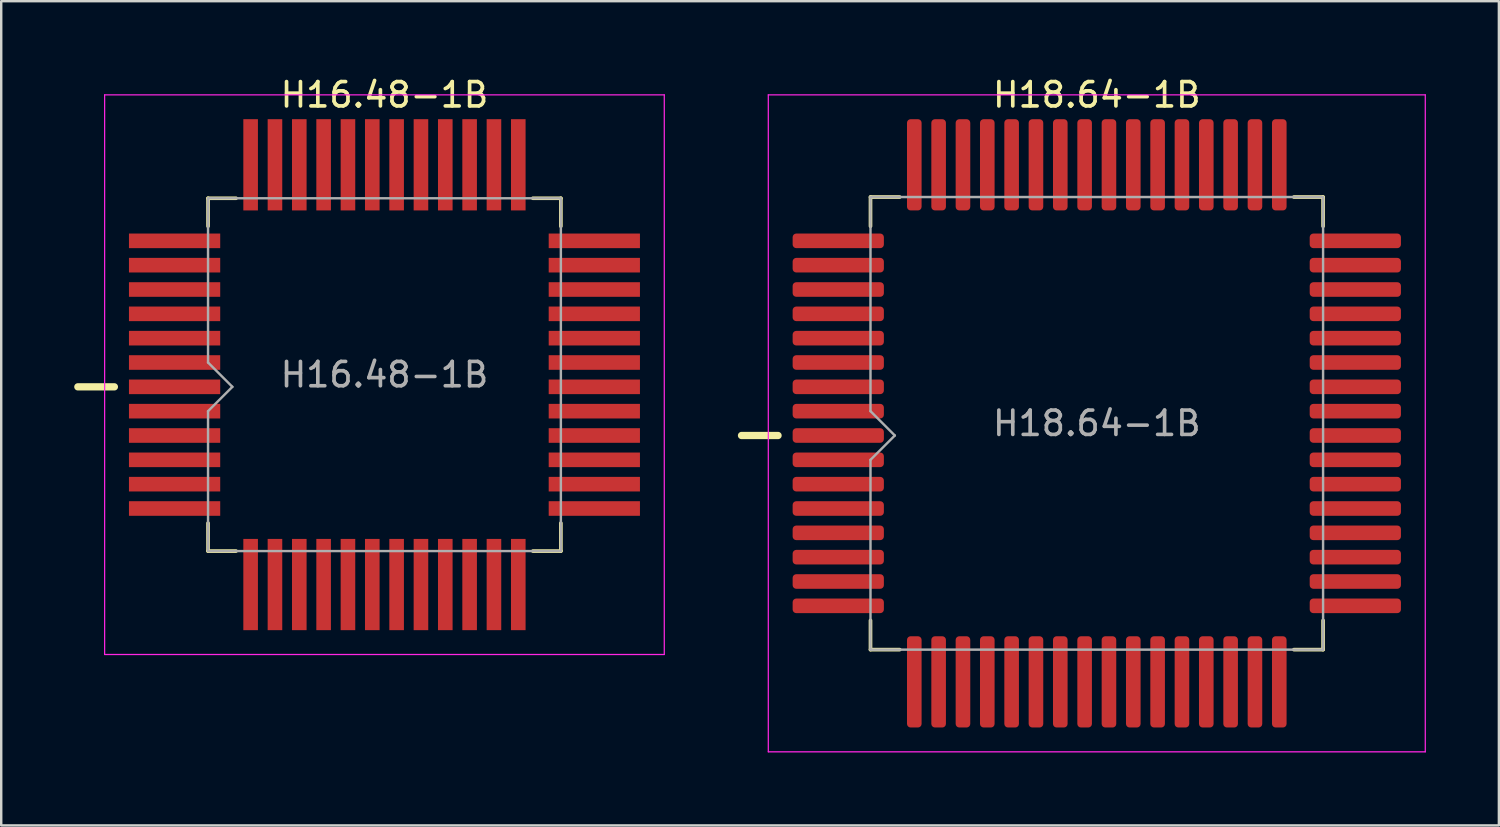
<source format=kicad_pcb>
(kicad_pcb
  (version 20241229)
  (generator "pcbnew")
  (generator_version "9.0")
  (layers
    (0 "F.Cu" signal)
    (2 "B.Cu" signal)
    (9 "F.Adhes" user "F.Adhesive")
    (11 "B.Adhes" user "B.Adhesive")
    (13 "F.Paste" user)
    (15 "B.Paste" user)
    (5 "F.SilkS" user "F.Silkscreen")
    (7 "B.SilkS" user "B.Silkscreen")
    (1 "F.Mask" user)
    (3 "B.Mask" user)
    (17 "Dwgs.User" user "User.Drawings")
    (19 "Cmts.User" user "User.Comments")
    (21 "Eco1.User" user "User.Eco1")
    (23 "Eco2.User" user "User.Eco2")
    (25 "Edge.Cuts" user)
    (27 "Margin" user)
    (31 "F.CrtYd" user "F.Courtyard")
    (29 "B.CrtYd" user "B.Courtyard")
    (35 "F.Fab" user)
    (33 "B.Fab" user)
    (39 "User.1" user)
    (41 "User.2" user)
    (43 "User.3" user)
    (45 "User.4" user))
  (footprint "Н16.48-1В"
    (layer "F.Cu")
    (at 12.75 12.348)
    (property "Reference" "Н16.48-1В" (at 0 -11.5 0) (layer "F.SilkS") (effects (font (size 1 1) (thickness 0.15))))
    (attr through_hole)
    (fp_line (start -11.1 0.5) (end -12.6 0.5) (stroke (width 0.3) (type solid)) (layer "F.SilkS"))
    (fp_line (start -7.25 -7.25) (end -7.25 -6.1) (stroke (width 0.15) (type solid)) (layer "F.SilkS"))
    (fp_line (start -7.25 -7.25) (end -6.1 -7.25) (stroke (width 0.15) (type solid)) (layer "F.SilkS"))
    (fp_line (start -7.25 7.25) (end -7.25 6.1) (stroke (width 0.15) (type solid)) (layer "F.SilkS"))
    (fp_line (start -7.25 7.25) (end -6.1 7.25) (stroke (width 0.15) (type solid)) (layer "F.SilkS"))
    (fp_line (start 7.25 -7.25) (end 6.1 -7.25) (stroke (width 0.15) (type solid)) (layer "F.SilkS"))
    (fp_line (start 7.25 -7.25) (end 7.25 -6.1) (stroke (width 0.15) (type solid)) (layer "F.SilkS"))
    (fp_line (start 7.25 7.25) (end 6.1 7.25) (stroke (width 0.15) (type solid)) (layer "F.SilkS"))
    (fp_line (start 7.25 7.25) (end 7.25 6.1) (stroke (width 0.15) (type solid)) (layer "F.SilkS"))
    (fp_line (start -11.5 -11.5) (end 11.5 -11.5) (stroke (width 0.05) (type solid)) (layer "F.CrtYd"))
    (fp_line (start -11.5 11.5) (end -11.5 -11.5) (stroke (width 0.05) (type solid)) (layer "F.CrtYd"))
    (fp_line (start 11.5 -11.5) (end 11.5 11.5) (stroke (width 0.05) (type solid)) (layer "F.CrtYd"))
    (fp_line (start 11.5 11.5) (end -11.5 11.5) (stroke (width 0.05) (type solid)) (layer "F.CrtYd"))
    (fp_line (start -7.25 -7.25) (end -7.25 -0.5) (stroke (width 0.1) (type solid)) (layer "F.Fab"))
    (fp_line (start -7.25 -7.25) (end 7.25 -7.25) (stroke (width 0.1) (type solid)) (layer "F.Fab"))
    (fp_line (start -7.25 -0.5) (end -6.25 0.5) (stroke (width 0.1) (type solid)) (layer "F.Fab"))
    (fp_line (start -7.25 1.5) (end -7.25 7.25) (stroke (width 0.1) (type solid)) (layer "F.Fab"))
    (fp_line (start -7.25 1.5) (end -6.25 0.5) (stroke (width 0.1) (type solid)) (layer "F.Fab"))
    (fp_line (start -7.25 7.25) (end 7.25 7.25) (stroke (width 0.1) (type solid)) (layer "F.Fab"))
    (fp_line (start 7.25 -7.25) (end 7.25 7.25) (stroke (width 0.1) (type solid)) (layer "F.Fab"))
    (fp_text user "${REFERENCE}" (at 0 0 0) (layer "F.Fab") (effects (font (size 1 1) (thickness 0.15))))
    (pad "1" smd rect (at -8.625 0.5) (size 3.75 0.6) (layers "F.Cu" "F.Mask"))
    (pad "2" smd rect (at -8.625 1.5) (size 3.75 0.6) (layers "F.Cu" "F.Mask"))
    (pad "3" smd rect (at -8.625 2.5) (size 3.75 0.6) (layers "F.Cu" "F.Mask"))
    (pad "4" smd rect (at -8.625 3.5) (size 3.75 0.6) (layers "F.Cu" "F.Mask"))
    (pad "5" smd rect (at -8.625 4.5) (size 3.75 0.6) (layers "F.Cu" "F.Mask"))
    (pad "6" smd rect (at -8.625 5.5) (size 3.75 0.6) (layers "F.Cu" "F.Mask"))
    (pad "7" smd rect (at -5.5 8.625 90) (size 3.75 0.6) (layers "F.Cu" "F.Mask"))
    (pad "8" smd rect (at -4.5 8.625 90) (size 3.75 0.6) (layers "F.Cu" "F.Mask"))
    (pad "9" smd rect (at -3.5 8.625 90) (size 3.75 0.6) (layers "F.Cu" "F.Mask"))
    (pad "10" smd rect (at -2.5 8.625 90) (size 3.75 0.6) (layers "F.Cu" "F.Mask"))
    (pad "11" smd rect (at -1.5 8.625 90) (size 3.75 0.6) (layers "F.Cu" "F.Mask"))
    (pad "12" smd rect (at -0.5 8.625 90) (size 3.75 0.6) (layers "F.Cu" "F.Mask"))
    (pad "13" smd rect (at 0.5 8.625 90) (size 3.75 0.6) (layers "F.Cu" "F.Mask"))
    (pad "14" smd rect (at 1.5 8.625 90) (size 3.75 0.6) (layers "F.Cu" "F.Mask"))
    (pad "15" smd rect (at 2.5 8.625 90) (size 3.75 0.6) (layers "F.Cu" "F.Mask"))
    (pad "16" smd rect (at 3.5 8.625 90) (size 3.75 0.6) (layers "F.Cu" "F.Mask"))
    (pad "17" smd rect (at 4.5 8.625 90) (size 3.75 0.6) (layers "F.Cu" "F.Mask"))
    (pad "18" smd rect (at 5.5 8.625 90) (size 3.75 0.6) (layers "F.Cu" "F.Mask"))
    (pad "19" smd rect (at 8.625 5.5) (size 3.75 0.6) (layers "F.Cu" "F.Mask"))
    (pad "20" smd rect (at 8.625 4.5) (size 3.75 0.6) (layers "F.Cu" "F.Mask"))
    (pad "21" smd rect (at 8.625 3.5) (size 3.75 0.6) (layers "F.Cu" "F.Mask"))
    (pad "22" smd rect (at 8.625 2.5) (size 3.75 0.6) (layers "F.Cu" "F.Mask"))
    (pad "23" smd rect (at 8.625 1.5) (size 3.75 0.6) (layers "F.Cu" "F.Mask"))
    (pad "24" smd rect (at 8.625 0.5) (size 3.75 0.6) (layers "F.Cu" "F.Mask"))
    (pad "25" smd rect (at 8.625 -0.5) (size 3.75 0.6) (layers "F.Cu" "F.Mask"))
    (pad "26" smd rect (at 8.625 -1.5) (size 3.75 0.6) (layers "F.Cu" "F.Mask"))
    (pad "27" smd rect (at 8.625 -2.5) (size 3.75 0.6) (layers "F.Cu" "F.Mask"))
    (pad "28" smd rect (at 8.625 -3.5) (size 3.75 0.6) (layers "F.Cu" "F.Mask"))
    (pad "29" smd rect (at 8.625 -4.5) (size 3.75 0.6) (layers "F.Cu" "F.Mask"))
    (pad "30" smd rect (at 8.625 -5.5) (size 3.75 0.6) (layers "F.Cu" "F.Mask"))
    (pad "31" smd rect (at 5.5 -8.625 90) (size 3.75 0.6) (layers "F.Cu" "F.Mask"))
    (pad "32" smd rect (at 4.5 -8.625 90) (size 3.75 0.6) (layers "F.Cu" "F.Mask"))
    (pad "33" smd rect (at 3.5 -8.625 90) (size 3.75 0.6) (layers "F.Cu" "F.Mask"))
    (pad "34" smd rect (at 2.5 -8.625 90) (size 3.75 0.6) (layers "F.Cu" "F.Mask"))
    (pad "35" smd rect (at 1.5 -8.625 90) (size 3.75 0.6) (layers "F.Cu" "F.Mask"))
    (pad "36" smd rect (at 0.5 -8.625 90) (size 3.75 0.6) (layers "F.Cu" "F.Mask"))
    (pad "37" smd rect (at -0.5 -8.625 90) (size 3.75 0.6) (layers "F.Cu" "F.Mask"))
    (pad "38" smd rect (at -1.5 -8.625 90) (size 3.75 0.6) (layers "F.Cu" "F.Mask"))
    (pad "39" smd rect (at -2.5 -8.625 90) (size 3.75 0.6) (layers "F.Cu" "F.Mask"))
    (pad "40" smd rect (at -3.5 -8.625 90) (size 3.75 0.6) (layers "F.Cu" "F.Mask"))
    (pad "41" smd rect (at -4.5 -8.625 90) (size 3.75 0.6) (layers "F.Cu" "F.Mask"))
    (pad "42" smd rect (at -5.5 -8.625 90) (size 3.75 0.6) (layers "F.Cu" "F.Mask"))
    (pad "43" smd rect (at -8.625 -5.5) (size 3.75 0.6) (layers "F.Cu" "F.Mask"))
    (pad "44" smd rect (at -8.625 -4.5) (size 3.75 0.6) (layers "F.Cu" "F.Mask"))
    (pad "45" smd rect (at -8.625 -3.5) (size 3.75 0.6) (layers "F.Cu" "F.Mask"))
    (pad "46" smd rect (at -8.625 -2.5) (size 3.75 0.6) (layers "F.Cu" "F.Mask"))
    (pad "47" smd rect (at -8.625 -1.5) (size 3.75 0.6) (layers "F.Cu" "F.Mask"))
    (pad "48" smd rect (at -8.625 -0.5) (size 3.75 0.6) (layers "F.Cu" "F.Mask")))
  (footprint "Н18.64-1В"
    (layer "F.Cu")
    (at 42.025 14.348)
    (property "Reference" "Н18.64-1В" (at 0 -13.5 0) (layer "F.SilkS") (effects (font (size 1 1) (thickness 0.15))))
    (attr through_hole)
    (fp_line (start -13.1 0.5) (end -14.6 0.5) (stroke (width 0.3) (type solid)) (layer "F.SilkS"))
    (fp_line (start -9.3 -9.3) (end -9.3 -8.1) (stroke (width 0.15) (type solid)) (layer "F.SilkS"))
    (fp_line (start -9.3 -9.3) (end -8.1 -9.3) (stroke (width 0.15) (type solid)) (layer "F.SilkS"))
    (fp_line (start -9.3 9.3) (end -9.3 8.1) (stroke (width 0.15) (type solid)) (layer "F.SilkS"))
    (fp_line (start -9.3 9.3) (end -8.1 9.3) (stroke (width 0.15) (type solid)) (layer "F.SilkS"))
    (fp_line (start 9.3 -9.3) (end 8.1 -9.3) (stroke (width 0.15) (type solid)) (layer "F.SilkS"))
    (fp_line (start 9.3 -9.3) (end 9.3 -8.1) (stroke (width 0.15) (type solid)) (layer "F.SilkS"))
    (fp_line (start 9.3 9.3) (end 8.1 9.3) (stroke (width 0.15) (type solid)) (layer "F.SilkS"))
    (fp_line (start 9.3 9.3) (end 9.3 8.1) (stroke (width 0.15) (type solid)) (layer "F.SilkS"))
    (fp_line (start -13.5 -13.5) (end 13.5 -13.5) (stroke (width 0.05) (type solid)) (layer "F.CrtYd"))
    (fp_line (start -13.5 13.5) (end -13.5 -13.5) (stroke (width 0.05) (type solid)) (layer "F.CrtYd"))
    (fp_line (start 13.5 -13.5) (end 13.5 13.5) (stroke (width 0.05) (type solid)) (layer "F.CrtYd"))
    (fp_line (start 13.5 13.5) (end -13.5 13.5) (stroke (width 0.05) (type solid)) (layer "F.CrtYd"))
    (fp_line (start -9.3 -9.3) (end -9.3 -0.5) (stroke (width 0.1) (type solid)) (layer "F.Fab"))
    (fp_line (start -9.3 -9.3) (end 9.3 -9.3) (stroke (width 0.1) (type solid)) (layer "F.Fab"))
    (fp_line (start -9.3 -0.5) (end -8.3 0.5) (stroke (width 0.1) (type solid)) (layer "F.Fab"))
    (fp_line (start -9.3 1.5) (end -9.3 9.3) (stroke (width 0.1) (type solid)) (layer "F.Fab"))
    (fp_line (start -9.3 1.5) (end -8.3 0.5) (stroke (width 0.1) (type solid)) (layer "F.Fab"))
    (fp_line (start -9.3 9.3) (end 9.3 9.3) (stroke (width 0.1) (type solid)) (layer "F.Fab"))
    (fp_line (start 9.3 -9.3) (end 9.3 9.3) (stroke (width 0.1) (type solid)) (layer "F.Fab"))
    (fp_text user "${REFERENCE}" (at 0 0 0) (layer "F.Fab") (effects (font (size 1 1) (thickness 0.15))))
    (pad "1" smd roundrect (at -10.625 0.5) (size 3.75 0.6) (layers "F.Cu" "F.Mask") (roundrect_rratio 0.25))
    (pad "2" smd roundrect (at -10.625 1.5) (size 3.75 0.6) (layers "F.Cu" "F.Mask") (roundrect_rratio 0.25))
    (pad "3" smd roundrect (at -10.625 2.5) (size 3.75 0.6) (layers "F.Cu" "F.Mask") (roundrect_rratio 0.25))
    (pad "4" smd roundrect (at -10.625 3.5) (size 3.75 0.6) (layers "F.Cu" "F.Mask") (roundrect_rratio 0.25))
    (pad "5" smd roundrect (at -10.625 4.5) (size 3.75 0.6) (layers "F.Cu" "F.Mask") (roundrect_rratio 0.25))
    (pad "6" smd roundrect (at -10.625 5.5) (size 3.75 0.6) (layers "F.Cu" "F.Mask") (roundrect_rratio 0.25))
    (pad "7" smd roundrect (at -10.625 6.5) (size 3.75 0.6) (layers "F.Cu" "F.Mask") (roundrect_rratio 0.25))
    (pad "8" smd roundrect (at -10.625 7.5) (size 3.75 0.6) (layers "F.Cu" "F.Mask") (roundrect_rratio 0.25))
    (pad "9" smd roundrect (at -7.5 10.625 90) (size 3.75 0.6) (layers "F.Cu" "F.Mask") (roundrect_rratio 0.25))
    (pad "10" smd roundrect (at -6.5 10.625 90) (size 3.75 0.6) (layers "F.Cu" "F.Mask") (roundrect_rratio 0.25))
    (pad "11" smd roundrect (at -5.5 10.625 90) (size 3.75 0.6) (layers "F.Cu" "F.Mask") (roundrect_rratio 0.25))
    (pad "12" smd roundrect (at -4.5 10.625 90) (size 3.75 0.6) (layers "F.Cu" "F.Mask") (roundrect_rratio 0.25))
    (pad "13" smd roundrect (at -3.5 10.625 90) (size 3.75 0.6) (layers "F.Cu" "F.Mask") (roundrect_rratio 0.25))
    (pad "14" smd roundrect (at -2.5 10.625 90) (size 3.75 0.6) (layers "F.Cu" "F.Mask") (roundrect_rratio 0.25))
    (pad "15" smd roundrect (at -1.5 10.625 90) (size 3.75 0.6) (layers "F.Cu" "F.Mask") (roundrect_rratio 0.25))
    (pad "16" smd roundrect (at -0.5 10.625 90) (size 3.75 0.6) (layers "F.Cu" "F.Mask") (roundrect_rratio 0.25))
    (pad "17" smd roundrect (at 0.5 10.625 90) (size 3.75 0.6) (layers "F.Cu" "F.Mask") (roundrect_rratio 0.25))
    (pad "18" smd roundrect (at 1.5 10.625 90) (size 3.75 0.6) (layers "F.Cu" "F.Mask") (roundrect_rratio 0.25))
    (pad "19" smd roundrect (at 2.5 10.625 90) (size 3.75 0.6) (layers "F.Cu" "F.Mask") (roundrect_rratio 0.25))
    (pad "20" smd roundrect (at 3.5 10.625 90) (size 3.75 0.6) (layers "F.Cu" "F.Mask") (roundrect_rratio 0.25))
    (pad "21" smd roundrect (at 4.5 10.625 90) (size 3.75 0.6) (layers "F.Cu" "F.Mask") (roundrect_rratio 0.25))
    (pad "22" smd roundrect (at 5.5 10.625 90) (size 3.75 0.6) (layers "F.Cu" "F.Mask") (roundrect_rratio 0.25))
    (pad "23" smd roundrect (at 6.5 10.625 90) (size 3.75 0.6) (layers "F.Cu" "F.Mask") (roundrect_rratio 0.25))
    (pad "24" smd roundrect (at 7.5 10.625 90) (size 3.75 0.6) (layers "F.Cu" "F.Mask") (roundrect_rratio 0.25))
    (pad "25" smd roundrect (at 10.625 7.5) (size 3.75 0.6) (layers "F.Cu" "F.Mask") (roundrect_rratio 0.25))
    (pad "26" smd roundrect (at 10.625 6.5) (size 3.75 0.6) (layers "F.Cu" "F.Mask") (roundrect_rratio 0.25))
    (pad "27" smd roundrect (at 10.625 5.5) (size 3.75 0.6) (layers "F.Cu" "F.Mask") (roundrect_rratio 0.25))
    (pad "28" smd roundrect (at 10.625 4.5) (size 3.75 0.6) (layers "F.Cu" "F.Mask") (roundrect_rratio 0.25))
    (pad "29" smd roundrect (at 10.625 3.5) (size 3.75 0.6) (layers "F.Cu" "F.Mask") (roundrect_rratio 0.25))
    (pad "30" smd roundrect (at 10.625 2.5) (size 3.75 0.6) (layers "F.Cu" "F.Mask") (roundrect_rratio 0.25))
    (pad "31" smd roundrect (at 10.625 1.5) (size 3.75 0.6) (layers "F.Cu" "F.Mask") (roundrect_rratio 0.25))
    (pad "32" smd roundrect (at 10.625 0.5) (size 3.75 0.6) (layers "F.Cu" "F.Mask") (roundrect_rratio 0.25))
    (pad "33" smd roundrect (at 10.625 -0.5) (size 3.75 0.6) (layers "F.Cu" "F.Mask") (roundrect_rratio 0.25))
    (pad "34" smd roundrect (at 10.625 -1.5) (size 3.75 0.6) (layers "F.Cu" "F.Mask") (roundrect_rratio 0.25))
    (pad "35" smd roundrect (at 10.625 -2.5) (size 3.75 0.6) (layers "F.Cu" "F.Mask") (roundrect_rratio 0.25))
    (pad "36" smd roundrect (at 10.625 -3.5) (size 3.75 0.6) (layers "F.Cu" "F.Mask") (roundrect_rratio 0.25))
    (pad "37" smd roundrect (at 10.625 -4.5) (size 3.75 0.6) (layers "F.Cu" "F.Mask") (roundrect_rratio 0.25))
    (pad "38" smd roundrect (at 10.625 -5.5) (size 3.75 0.6) (layers "F.Cu" "F.Mask") (roundrect_rratio 0.25))
    (pad "39" smd roundrect (at 10.625 -6.5) (size 3.75 0.6) (layers "F.Cu" "F.Mask") (roundrect_rratio 0.25))
    (pad "40" smd roundrect (at 10.625 -7.5) (size 3.75 0.6) (layers "F.Cu" "F.Mask") (roundrect_rratio 0.25))
    (pad "41" smd roundrect (at 7.5 -10.625 90) (size 3.75 0.6) (layers "F.Cu" "F.Mask") (roundrect_rratio 0.25))
    (pad "42" smd roundrect (at 6.5 -10.625 90) (size 3.75 0.6) (layers "F.Cu" "F.Mask") (roundrect_rratio 0.25))
    (pad "43" smd roundrect (at 5.5 -10.625 90) (size 3.75 0.6) (layers "F.Cu" "F.Mask") (roundrect_rratio 0.25))
    (pad "44" smd roundrect (at 4.5 -10.625 90) (size 3.75 0.6) (layers "F.Cu" "F.Mask") (roundrect_rratio 0.25))
    (pad "45" smd roundrect (at 3.5 -10.625 90) (size 3.75 0.6) (layers "F.Cu" "F.Mask") (roundrect_rratio 0.25))
    (pad "46" smd roundrect (at 2.5 -10.625 90) (size 3.75 0.6) (layers "F.Cu" "F.Mask") (roundrect_rratio 0.25))
    (pad "47" smd roundrect (at 1.5 -10.625 90) (size 3.75 0.6) (layers "F.Cu" "F.Mask") (roundrect_rratio 0.25))
    (pad "48" smd roundrect (at 0.5 -10.625 90) (size 3.75 0.6) (layers "F.Cu" "F.Mask") (roundrect_rratio 0.25))
    (pad "49" smd roundrect (at -0.5 -10.625 90) (size 3.75 0.6) (layers "F.Cu" "F.Mask") (roundrect_rratio 0.25))
    (pad "50" smd roundrect (at -1.5 -10.625 90) (size 3.75 0.6) (layers "F.Cu" "F.Mask") (roundrect_rratio 0.25))
    (pad "51" smd roundrect (at -2.5 -10.625 90) (size 3.75 0.6) (layers "F.Cu" "F.Mask") (roundrect_rratio 0.25))
    (pad "52" smd roundrect (at -3.5 -10.625 90) (size 3.75 0.6) (layers "F.Cu" "F.Mask") (roundrect_rratio 0.25))
    (pad "53" smd roundrect (at -4.5 -10.625 90) (size 3.75 0.6) (layers "F.Cu" "F.Mask") (roundrect_rratio 0.25))
    (pad "54" smd roundrect (at -5.5 -10.625 90) (size 3.75 0.6) (layers "F.Cu" "F.Mask") (roundrect_rratio 0.25))
    (pad "55" smd roundrect (at -6.5 -10.625 90) (size 3.75 0.6) (layers "F.Cu" "F.Mask") (roundrect_rratio 0.25))
    (pad "56" smd roundrect (at -7.5 -10.625 90) (size 3.75 0.6) (layers "F.Cu" "F.Mask") (roundrect_rratio 0.25))
    (pad "57" smd roundrect (at -10.625 -7.5) (size 3.75 0.6) (layers "F.Cu" "F.Mask") (roundrect_rratio 0.25))
    (pad "58" smd roundrect (at -10.625 -6.5) (size 3.75 0.6) (layers "F.Cu" "F.Mask") (roundrect_rratio 0.25))
    (pad "59" smd roundrect (at -10.625 -5.5) (size 3.75 0.6) (layers "F.Cu" "F.Mask") (roundrect_rratio 0.25))
    (pad "60" smd roundrect (at -10.625 -4.5) (size 3.75 0.6) (layers "F.Cu" "F.Mask") (roundrect_rratio 0.25))
    (pad "61" smd roundrect (at -10.625 -3.5) (size 3.75 0.6) (layers "F.Cu" "F.Mask") (roundrect_rratio 0.25))
    (pad "62" smd roundrect (at -10.625 -2.5) (size 3.75 0.6) (layers "F.Cu" "F.Mask") (roundrect_rratio 0.25))
    (pad "63" smd roundrect (at -10.625 -1.5) (size 3.75 0.6) (layers "F.Cu" "F.Mask") (roundrect_rratio 0.25))
    (pad "64" smd roundrect (at -10.625 -0.5) (size 3.75 0.6) (layers "F.Cu" "F.Mask") (roundrect_rratio 0.25)))
  (gr_rect
    (start -3 -3)
    (end 58.55 30.873)
    (stroke (width 0.1) (type default))
    (fill no)
    (layer "Edge.Cuts")))
</source>
